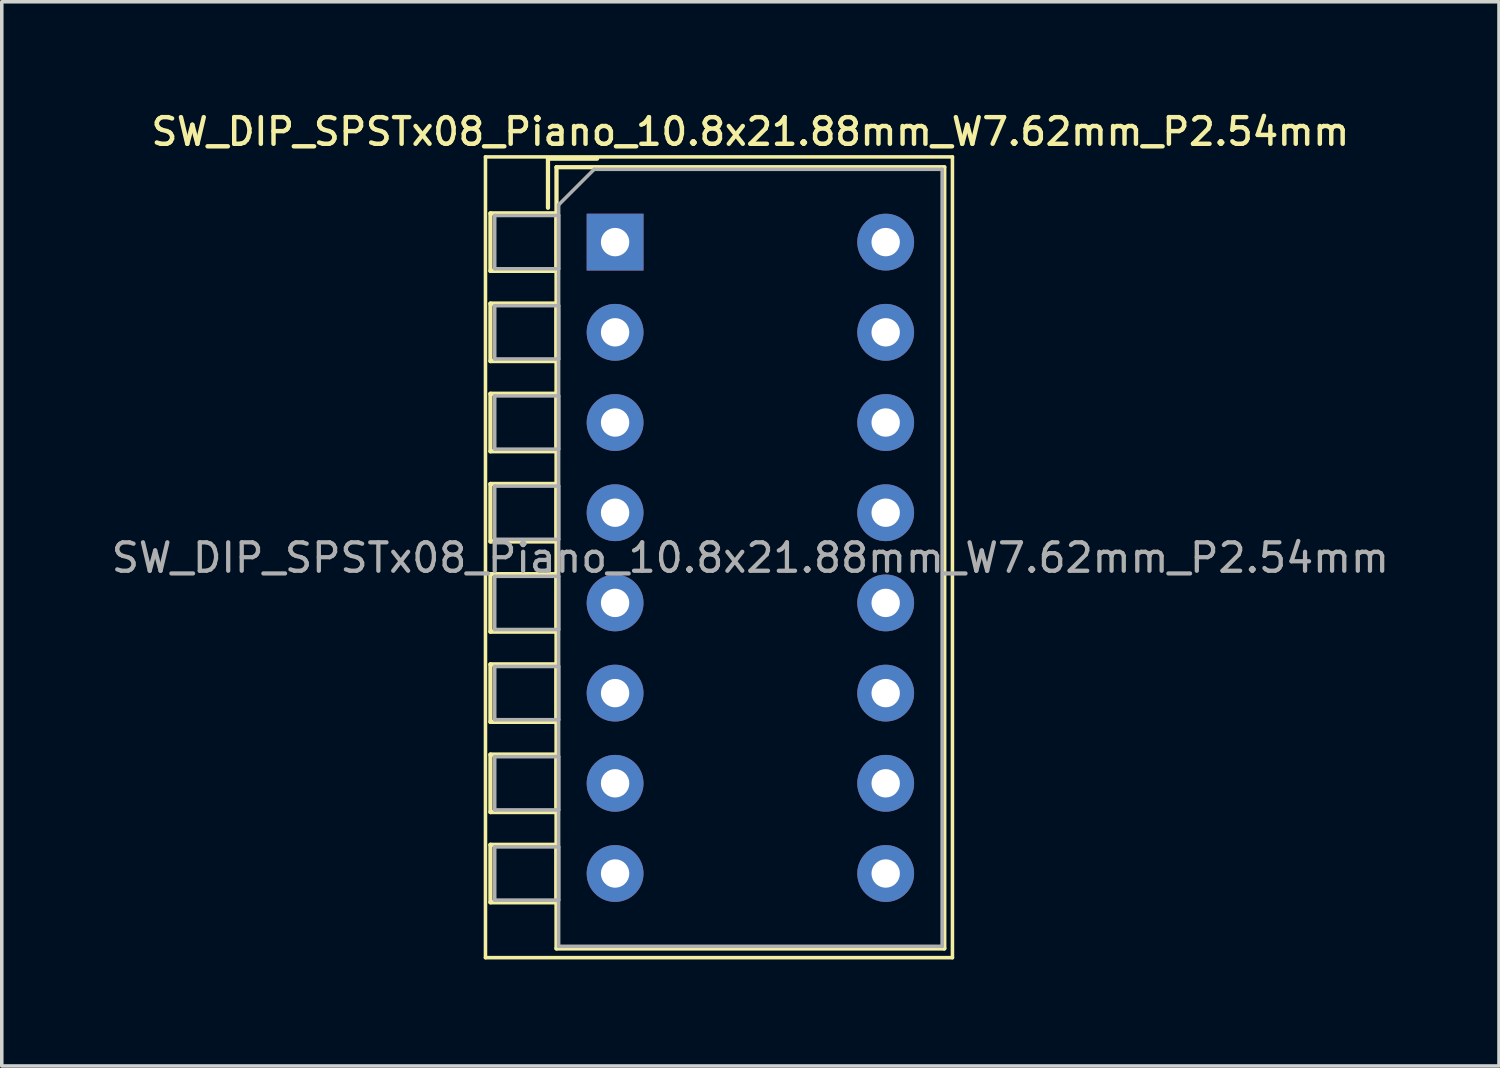
<source format=kicad_pcb>
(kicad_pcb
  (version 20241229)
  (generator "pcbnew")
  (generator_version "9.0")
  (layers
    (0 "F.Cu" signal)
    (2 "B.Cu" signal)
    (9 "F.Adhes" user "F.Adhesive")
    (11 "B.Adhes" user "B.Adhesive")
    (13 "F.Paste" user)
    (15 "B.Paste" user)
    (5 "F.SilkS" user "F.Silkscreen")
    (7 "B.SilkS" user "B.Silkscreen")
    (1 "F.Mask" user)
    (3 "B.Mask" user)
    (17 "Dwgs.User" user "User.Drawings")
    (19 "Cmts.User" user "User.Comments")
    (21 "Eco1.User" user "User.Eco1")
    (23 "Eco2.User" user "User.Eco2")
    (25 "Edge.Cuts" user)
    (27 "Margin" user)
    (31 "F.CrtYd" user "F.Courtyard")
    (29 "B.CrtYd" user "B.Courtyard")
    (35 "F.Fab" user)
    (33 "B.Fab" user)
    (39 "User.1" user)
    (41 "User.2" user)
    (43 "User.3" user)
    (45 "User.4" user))
  (footprint "SW_DIP_SPSTx08_Piano_10.8x21.88mm_W7.62mm_P2.54mm"
    (layer "F.Cu")
    (at 14.271 3.768)
    (property "Reference" "SW_DIP_SPSTx08_Piano_10.8x21.88mm_W7.62mm_P2.54mm" (at 3.81 -3.11 0) (layer "F.SilkS") (effects (font (size 0.75 0.75) (thickness 0.125))))
    (attr through_hole)
    (fp_line (start -3.65 -2.4) (end -3.65 20.15) (stroke (width 0.1) (type solid)) (layer "F.SilkS"))
    (fp_line (start -3.65 20.15) (end 9.5 20.15) (stroke (width 0.1) (type solid)) (layer "F.SilkS"))
    (fp_line (start -3.51 -0.81) (end -3.51 0.81) (stroke (width 0.12) (type solid)) (layer "F.SilkS"))
    (fp_line (start -3.51 -0.81) (end -1.65 -0.81) (stroke (width 0.12) (type solid)) (layer "F.SilkS"))
    (fp_line (start -3.51 0.81) (end -1.65 0.81) (stroke (width 0.12) (type solid)) (layer "F.SilkS"))
    (fp_line (start -3.51 1.73) (end -3.51 3.35) (stroke (width 0.12) (type solid)) (layer "F.SilkS"))
    (fp_line (start -3.51 1.73) (end -1.65 1.73) (stroke (width 0.12) (type solid)) (layer "F.SilkS"))
    (fp_line (start -3.51 3.35) (end -1.65 3.35) (stroke (width 0.12) (type solid)) (layer "F.SilkS"))
    (fp_line (start -3.51 4.27) (end -3.51 5.89) (stroke (width 0.12) (type solid)) (layer "F.SilkS"))
    (fp_line (start -3.51 4.27) (end -1.65 4.27) (stroke (width 0.12) (type solid)) (layer "F.SilkS"))
    (fp_line (start -3.51 5.89) (end -1.65 5.89) (stroke (width 0.12) (type solid)) (layer "F.SilkS"))
    (fp_line (start -3.51 6.81) (end -3.51 8.43) (stroke (width 0.12) (type solid)) (layer "F.SilkS"))
    (fp_line (start -3.51 6.81) (end -1.65 6.81) (stroke (width 0.12) (type solid)) (layer "F.SilkS"))
    (fp_line (start -3.51 8.43) (end -1.65 8.43) (stroke (width 0.12) (type solid)) (layer "F.SilkS"))
    (fp_line (start -3.51 9.35) (end -3.51 10.97) (stroke (width 0.12) (type solid)) (layer "F.SilkS"))
    (fp_line (start -3.51 9.35) (end -1.65 9.35) (stroke (width 0.12) (type solid)) (layer "F.SilkS"))
    (fp_line (start -3.51 10.97) (end -1.65 10.97) (stroke (width 0.12) (type solid)) (layer "F.SilkS"))
    (fp_line (start -3.51 11.89) (end -3.51 13.51) (stroke (width 0.12) (type solid)) (layer "F.SilkS"))
    (fp_line (start -3.51 11.89) (end -1.65 11.89) (stroke (width 0.12) (type solid)) (layer "F.SilkS"))
    (fp_line (start -3.51 13.51) (end -1.65 13.51) (stroke (width 0.12) (type solid)) (layer "F.SilkS"))
    (fp_line (start -3.51 14.43) (end -3.51 16.05) (stroke (width 0.12) (type solid)) (layer "F.SilkS"))
    (fp_line (start -3.51 14.43) (end -1.65 14.43) (stroke (width 0.12) (type solid)) (layer "F.SilkS"))
    (fp_line (start -3.51 16.05) (end -1.65 16.05) (stroke (width 0.12) (type solid)) (layer "F.SilkS"))
    (fp_line (start -3.51 16.971) (end -3.51 18.591) (stroke (width 0.12) (type solid)) (layer "F.SilkS"))
    (fp_line (start -3.51 16.971) (end -1.65 16.971) (stroke (width 0.12) (type solid)) (layer "F.SilkS"))
    (fp_line (start -3.51 18.591) (end -1.65 18.591) (stroke (width 0.12) (type solid)) (layer "F.SilkS"))
    (fp_line (start -1.89 -2.35) (end -1.89 -0.967) (stroke (width 0.12) (type solid)) (layer "F.SilkS"))
    (fp_line (start -1.89 -2.35) (end -0.507 -2.35) (stroke (width 0.12) (type solid)) (layer "F.SilkS"))
    (fp_line (start -1.65 -2.11) (end -1.65 19.891) (stroke (width 0.12) (type solid)) (layer "F.SilkS"))
    (fp_line (start -1.65 -2.11) (end 9.27 -2.11) (stroke (width 0.12) (type solid)) (layer "F.SilkS"))
    (fp_line (start -1.65 -0.81) (end -1.65 0.81) (stroke (width 0.12) (type solid)) (layer "F.SilkS"))
    (fp_line (start -1.65 1.73) (end -1.65 3.35) (stroke (width 0.12) (type solid)) (layer "F.SilkS"))
    (fp_line (start -1.65 4.27) (end -1.65 5.89) (stroke (width 0.12) (type solid)) (layer "F.SilkS"))
    (fp_line (start -1.65 6.81) (end -1.65 8.43) (stroke (width 0.12) (type solid)) (layer "F.SilkS"))
    (fp_line (start -1.65 9.35) (end -1.65 10.97) (stroke (width 0.12) (type solid)) (layer "F.SilkS"))
    (fp_line (start -1.65 11.89) (end -1.65 13.51) (stroke (width 0.12) (type solid)) (layer "F.SilkS"))
    (fp_line (start -1.65 14.43) (end -1.65 16.05) (stroke (width 0.12) (type solid)) (layer "F.SilkS"))
    (fp_line (start -1.65 16.971) (end -1.65 18.591) (stroke (width 0.12) (type solid)) (layer "F.SilkS"))
    (fp_line (start -1.65 19.891) (end 9.27 19.891) (stroke (width 0.12) (type solid)) (layer "F.SilkS"))
    (fp_line (start 9.27 -2.11) (end 9.27 19.891) (stroke (width 0.12) (type solid)) (layer "F.SilkS"))
    (fp_line (start 9.5 -2.4) (end -3.65 -2.4) (stroke (width 0.1) (type solid)) (layer "F.SilkS"))
    (fp_line (start 9.5 20.15) (end 9.5 -2.4) (stroke (width 0.1) (type solid)) (layer "F.SilkS"))
    (fp_line (start -3.39 -0.75) (end -1.59 -0.75) (stroke (width 0.1) (type solid)) (layer "F.Fab"))
    (fp_line (start -3.39 0.75) (end -3.39 -0.75) (stroke (width 0.1) (type solid)) (layer "F.Fab"))
    (fp_line (start -3.39 1.79) (end -1.59 1.79) (stroke (width 0.1) (type solid)) (layer "F.Fab"))
    (fp_line (start -3.39 3.29) (end -3.39 1.79) (stroke (width 0.1) (type solid)) (layer "F.Fab"))
    (fp_line (start -3.39 4.33) (end -1.59 4.33) (stroke (width 0.1) (type solid)) (layer "F.Fab"))
    (fp_line (start -3.39 5.83) (end -3.39 4.33) (stroke (width 0.1) (type solid)) (layer "F.Fab"))
    (fp_line (start -3.39 6.87) (end -1.59 6.87) (stroke (width 0.1) (type solid)) (layer "F.Fab"))
    (fp_line (start -3.39 8.37) (end -3.39 6.87) (stroke (width 0.1) (type solid)) (layer "F.Fab"))
    (fp_line (start -3.39 9.41) (end -1.59 9.41) (stroke (width 0.1) (type solid)) (layer "F.Fab"))
    (fp_line (start -3.39 10.91) (end -3.39 9.41) (stroke (width 0.1) (type solid)) (layer "F.Fab"))
    (fp_line (start -3.39 11.95) (end -1.59 11.95) (stroke (width 0.1) (type solid)) (layer "F.Fab"))
    (fp_line (start -3.39 13.45) (end -3.39 11.95) (stroke (width 0.1) (type solid)) (layer "F.Fab"))
    (fp_line (start -3.39 14.49) (end -1.59 14.49) (stroke (width 0.1) (type solid)) (layer "F.Fab"))
    (fp_line (start -3.39 15.99) (end -3.39 14.49) (stroke (width 0.1) (type solid)) (layer "F.Fab"))
    (fp_line (start -3.39 17.03) (end -1.59 17.03) (stroke (width 0.1) (type solid)) (layer "F.Fab"))
    (fp_line (start -3.39 18.53) (end -3.39 17.03) (stroke (width 0.1) (type solid)) (layer "F.Fab"))
    (fp_line (start -1.59 -1.05) (end -0.59 -2.05) (stroke (width 0.1) (type solid)) (layer "F.Fab"))
    (fp_line (start -1.59 -0.75) (end -1.59 0.75) (stroke (width 0.1) (type solid)) (layer "F.Fab"))
    (fp_line (start -1.59 0.75) (end -3.39 0.75) (stroke (width 0.1) (type solid)) (layer "F.Fab"))
    (fp_line (start -1.59 1.79) (end -1.59 3.29) (stroke (width 0.1) (type solid)) (layer "F.Fab"))
    (fp_line (start -1.59 3.29) (end -3.39 3.29) (stroke (width 0.1) (type solid)) (layer "F.Fab"))
    (fp_line (start -1.59 4.33) (end -1.59 5.83) (stroke (width 0.1) (type solid)) (layer "F.Fab"))
    (fp_line (start -1.59 5.83) (end -3.39 5.83) (stroke (width 0.1) (type solid)) (layer "F.Fab"))
    (fp_line (start -1.59 6.87) (end -1.59 8.37) (stroke (width 0.1) (type solid)) (layer "F.Fab"))
    (fp_line (start -1.59 8.37) (end -3.39 8.37) (stroke (width 0.1) (type solid)) (layer "F.Fab"))
    (fp_line (start -1.59 9.41) (end -1.59 10.91) (stroke (width 0.1) (type solid)) (layer "F.Fab"))
    (fp_line (start -1.59 10.91) (end -3.39 10.91) (stroke (width 0.1) (type solid)) (layer "F.Fab"))
    (fp_line (start -1.59 11.95) (end -1.59 13.45) (stroke (width 0.1) (type solid)) (layer "F.Fab"))
    (fp_line (start -1.59 13.45) (end -3.39 13.45) (stroke (width 0.1) (type solid)) (layer "F.Fab"))
    (fp_line (start -1.59 14.49) (end -1.59 15.99) (stroke (width 0.1) (type solid)) (layer "F.Fab"))
    (fp_line (start -1.59 15.99) (end -3.39 15.99) (stroke (width 0.1) (type solid)) (layer "F.Fab"))
    (fp_line (start -1.59 17.03) (end -1.59 18.53) (stroke (width 0.1) (type solid)) (layer "F.Fab"))
    (fp_line (start -1.59 18.53) (end -3.39 18.53) (stroke (width 0.1) (type solid)) (layer "F.Fab"))
    (fp_line (start -1.59 19.83) (end -1.59 -1.05) (stroke (width 0.1) (type solid)) (layer "F.Fab"))
    (fp_line (start -0.59 -2.05) (end 9.21 -2.05) (stroke (width 0.1) (type solid)) (layer "F.Fab"))
    (fp_line (start 9.21 -2.05) (end 9.21 19.83) (stroke (width 0.1) (type solid)) (layer "F.Fab"))
    (fp_line (start 9.21 19.83) (end -1.59 19.83) (stroke (width 0.1) (type solid)) (layer "F.Fab"))
    (fp_text user "${REFERENCE}" (at 3.81 8.89 0) (layer "F.Fab") (effects (font (size 0.8 0.8) (thickness 0.12))))
    (pad "1" thru_hole rect (at 0 0) (size 1.6 1.6) (drill 0.8) (layers "*.Cu" "*.Mask"))
    (pad "2" thru_hole oval (at 0 2.54) (size 1.6 1.6) (drill 0.8) (layers "*.Cu" "*.Mask"))
    (pad "3" thru_hole oval (at 0 5.08) (size 1.6 1.6) (drill 0.8) (layers "*.Cu" "*.Mask"))
    (pad "4" thru_hole oval (at 0 7.62) (size 1.6 1.6) (drill 0.8) (layers "*.Cu" "*.Mask"))
    (pad "5" thru_hole oval (at 0 10.16) (size 1.6 1.6) (drill 0.8) (layers "*.Cu" "*.Mask"))
    (pad "6" thru_hole oval (at 0 12.7) (size 1.6 1.6) (drill 0.8) (layers "*.Cu" "*.Mask"))
    (pad "7" thru_hole oval (at 0 15.24) (size 1.6 1.6) (drill 0.8) (layers "*.Cu" "*.Mask"))
    (pad "8" thru_hole oval (at 0 17.78) (size 1.6 1.6) (drill 0.8) (layers "*.Cu" "*.Mask"))
    (pad "9" thru_hole oval (at 7.62 17.78) (size 1.6 1.6) (drill 0.8) (layers "*.Cu" "*.Mask"))
    (pad "10" thru_hole oval (at 7.62 15.24) (size 1.6 1.6) (drill 0.8) (layers "*.Cu" "*.Mask"))
    (pad "11" thru_hole oval (at 7.62 12.7) (size 1.6 1.6) (drill 0.8) (layers "*.Cu" "*.Mask"))
    (pad "12" thru_hole oval (at 7.62 10.16) (size 1.6 1.6) (drill 0.8) (layers "*.Cu" "*.Mask"))
    (pad "13" thru_hole oval (at 7.62 7.62) (size 1.6 1.6) (drill 0.8) (layers "*.Cu" "*.Mask"))
    (pad "14" thru_hole oval (at 7.62 5.08) (size 1.6 1.6) (drill 0.8) (layers "*.Cu" "*.Mask"))
    (pad "15" thru_hole oval (at 7.62 2.54) (size 1.6 1.6) (drill 0.8) (layers "*.Cu" "*.Mask"))
    (pad "16" thru_hole oval (at 7.62 0) (size 1.6 1.6) (drill 0.8) (layers "*.Cu" "*.Mask")))
  (gr_rect
    (start -3 -3)
    (end 39.162 26.968)
    (stroke (width 0.1) (type default))
    (fill no)
    (layer "Edge.Cuts")))
</source>
